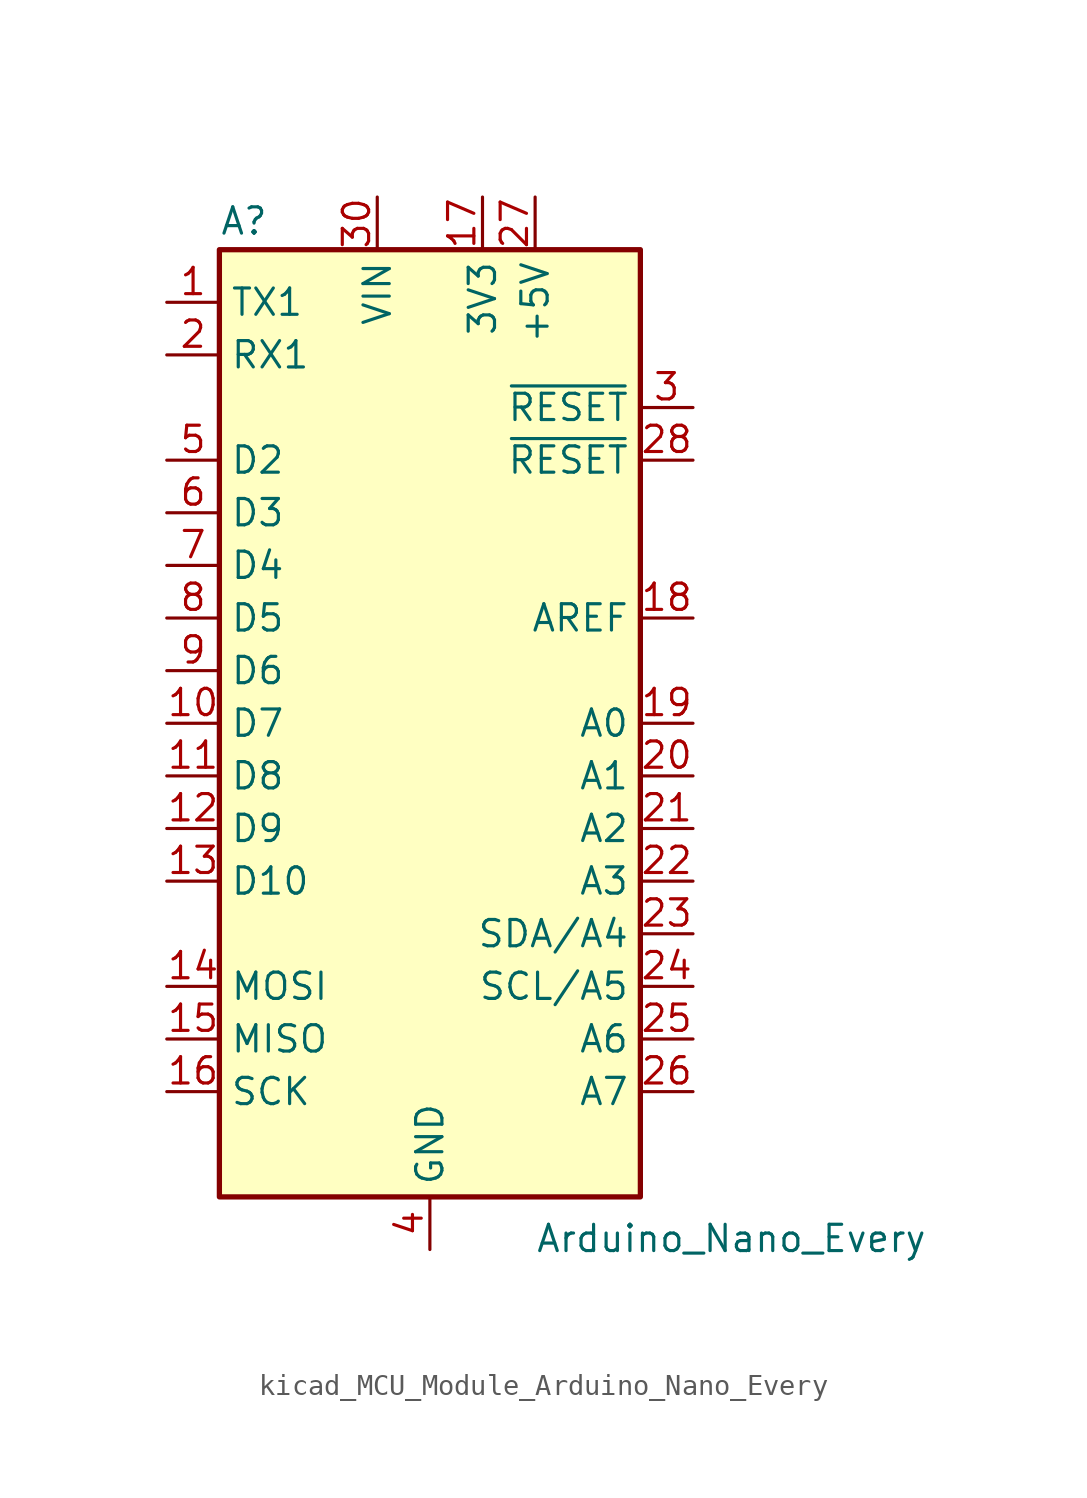
<source format=kicad_sym>
(kicad_symbol_lib
  (version 20220914)
  (generator kicad_symbol_editor)
  (symbol "kicad_MCU_Module_Arduino_Nano_Every"
    (property "Reference" "A"
      (at -10.16 23.495 0)
      (effects (font (size 1.27 1.27)) (justify left bottom)))
    (property "Value" "Arduino_Nano_Every"
      (at 5.08 -24.13 0)
      (effects (font (size 1.27 1.27)) (justify left top)))
    (symbol "kicad_MCU_Module_Arduino_Nano_Every_0_1"
      (rectangle (start -10.16 22.86) (end 10.16 -22.86) (stroke (width 0.254) (type default)) (fill (type background))))
    (symbol "kicad_MCU_Module_Arduino_Nano_Every_1_1"
      (pin bidirectional line (at -12.7 20.32 0) (length 2.54) (name "TX1" (effects (font (size 1.27 1.27)))) (number "1" (effects (font (size 1.27 1.27)))))
      (pin bidirectional line (at -12.7 0 0) (length 2.54) (name "D7" (effects (font (size 1.27 1.27)))) (number "10" (effects (font (size 1.27 1.27)))))
      (pin bidirectional line (at -12.7 -2.54 0) (length 2.54) (name "D8" (effects (font (size 1.27 1.27)))) (number "11" (effects (font (size 1.27 1.27)))))
      (pin bidirectional line (at -12.7 -5.08 0) (length 2.54) (name "D9" (effects (font (size 1.27 1.27)))) (number "12" (effects (font (size 1.27 1.27)))))
      (pin bidirectional line (at -12.7 -7.62 0) (length 2.54) (name "D10" (effects (font (size 1.27 1.27)))) (number "13" (effects (font (size 1.27 1.27)))))
      (pin bidirectional line (at -12.7 -12.7 0) (length 2.54) (name "MOSI" (effects (font (size 1.27 1.27)))) (number "14" (effects (font (size 1.27 1.27)))))
      (pin bidirectional line (at -12.7 -15.24 0) (length 2.54) (name "MISO" (effects (font (size 1.27 1.27)))) (number "15" (effects (font (size 1.27 1.27)))))
      (pin bidirectional line (at -12.7 -17.78 0) (length 2.54) (name "SCK" (effects (font (size 1.27 1.27)))) (number "16" (effects (font (size 1.27 1.27)))))
      (pin power_out line (at 2.54 25.4 270) (length 2.54) (name "3V3" (effects (font (size 1.27 1.27)))) (number "17" (effects (font (size 1.27 1.27)))))
      (pin input line (at 12.7 5.08 180) (length 2.54) (name "AREF" (effects (font (size 1.27 1.27)))) (number "18" (effects (font (size 1.27 1.27)))))
      (pin bidirectional line (at 12.7 0 180) (length 2.54) (name "A0" (effects (font (size 1.27 1.27)))) (number "19" (effects (font (size 1.27 1.27)))))
      (pin bidirectional line (at -12.7 17.78 0) (length 2.54) (name "RX1" (effects (font (size 1.27 1.27)))) (number "2" (effects (font (size 1.27 1.27)))))
      (pin bidirectional line (at 12.7 -2.54 180) (length 2.54) (name "A1" (effects (font (size 1.27 1.27)))) (number "20" (effects (font (size 1.27 1.27)))))
      (pin bidirectional line (at 12.7 -5.08 180) (length 2.54) (name "A2" (effects (font (size 1.27 1.27)))) (number "21" (effects (font (size 1.27 1.27)))))
      (pin bidirectional line (at 12.7 -7.62 180) (length 2.54) (name "A3" (effects (font (size 1.27 1.27)))) (number "22" (effects (font (size 1.27 1.27)))))
      (pin bidirectional line (at 12.7 -10.16 180) (length 2.54) (name "SDA/A4" (effects (font (size 1.27 1.27)))) (number "23" (effects (font (size 1.27 1.27)))))
      (pin bidirectional line (at 12.7 -12.7 180) (length 2.54) (name "SCL/A5" (effects (font (size 1.27 1.27)))) (number "24" (effects (font (size 1.27 1.27)))))
      (pin bidirectional line (at 12.7 -15.24 180) (length 2.54) (name "A6" (effects (font (size 1.27 1.27)))) (number "25" (effects (font (size 1.27 1.27)))))
      (pin bidirectional line (at 12.7 -17.78 180) (length 2.54) (name "A7" (effects (font (size 1.27 1.27)))) (number "26" (effects (font (size 1.27 1.27)))))
      (pin power_out line (at 5.08 25.4 270) (length 2.54) (name "+5V" (effects (font (size 1.27 1.27)))) (number "27" (effects (font (size 1.27 1.27)))))
      (pin input line (at 12.7 12.7 180) (length 2.54) (name "~{RESET}" (effects (font (size 1.27 1.27)))) (number "28" (effects (font (size 1.27 1.27)))))
      (pin passive line (at 0 -25.4 90) (length 2.54) hide (name "GND" (effects (font (size 1.27 1.27)))) (number "29" (effects (font (size 1.27 1.27)))))
      (pin input line (at 12.7 15.24 180) (length 2.54) (name "~{RESET}" (effects (font (size 1.27 1.27)))) (number "3" (effects (font (size 1.27 1.27)))))
      (pin power_in line (at -2.54 25.4 270) (length 2.54) (name "VIN" (effects (font (size 1.27 1.27)))) (number "30" (effects (font (size 1.27 1.27)))))
      (pin power_in line (at 0 -25.4 90) (length 2.54) (name "GND" (effects (font (size 1.27 1.27)))) (number "4" (effects (font (size 1.27 1.27)))))
      (pin bidirectional line (at -12.7 12.7 0) (length 2.54) (name "D2" (effects (font (size 1.27 1.27)))) (number "5" (effects (font (size 1.27 1.27)))))
      (pin bidirectional line (at -12.7 10.16 0) (length 2.54) (name "D3" (effects (font (size 1.27 1.27)))) (number "6" (effects (font (size 1.27 1.27)))))
      (pin bidirectional line (at -12.7 7.62 0) (length 2.54) (name "D4" (effects (font (size 1.27 1.27)))) (number "7" (effects (font (size 1.27 1.27)))))
      (pin bidirectional line (at -12.7 5.08 0) (length 2.54) (name "D5" (effects (font (size 1.27 1.27)))) (number "8" (effects (font (size 1.27 1.27)))))
      (pin bidirectional line (at -12.7 2.54 0) (length 2.54) (name "D6" (effects (font (size 1.27 1.27)))) (number "9" (effects (font (size 1.27 1.27))))))))
</source>
